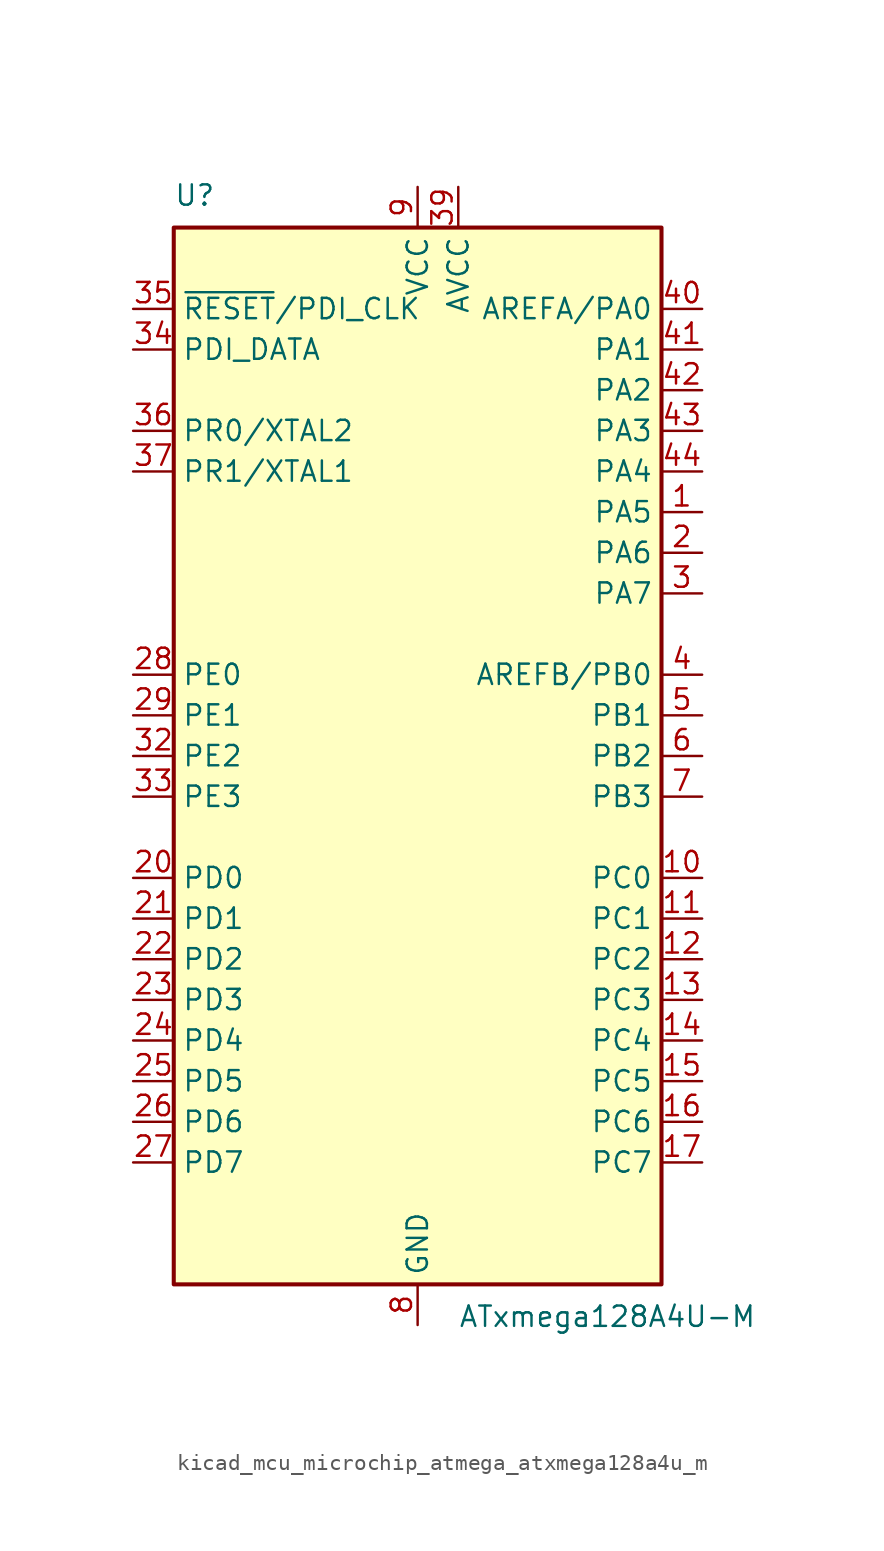
<source format=kicad_sym>
(kicad_symbol_lib
  (version 20220914)
  (generator kicad_symbol_editor)
  (symbol "kicad_mcu_microchip_atmega_atxmega128a4u_m"
    (property "Reference" "U"
      (at -15.24 34.29 0)
      (effects (font (size 1.27 1.27)) (justify left bottom)))
    (property "Value" "ATxmega128A4U-M"
      (at 2.54 -34.29 0)
      (effects (font (size 1.27 1.27)) (justify left top)))
    (symbol "kicad_mcu_microchip_atmega_atxmega128a4u_m_0_1"
      (rectangle (start -15.24 -33.02) (end 15.24 33.02) (stroke (width 0.254) (type default)) (fill (type background))))
    (symbol "kicad_mcu_microchip_atmega_atxmega128a4u_m_1_1"
      (pin bidirectional line (at 17.78 15.24 180) (length 2.54) (name "PA5" (effects (font (size 1.27 1.27)))) (number "1" (effects (font (size 1.27 1.27)))))
      (pin bidirectional line (at 17.78 -7.62 180) (length 2.54) (name "PC0" (effects (font (size 1.27 1.27)))) (number "10" (effects (font (size 1.27 1.27)))))
      (pin bidirectional line (at 17.78 -10.16 180) (length 2.54) (name "PC1" (effects (font (size 1.27 1.27)))) (number "11" (effects (font (size 1.27 1.27)))))
      (pin bidirectional line (at 17.78 -12.7 180) (length 2.54) (name "PC2" (effects (font (size 1.27 1.27)))) (number "12" (effects (font (size 1.27 1.27)))))
      (pin bidirectional line (at 17.78 -15.24 180) (length 2.54) (name "PC3" (effects (font (size 1.27 1.27)))) (number "13" (effects (font (size 1.27 1.27)))))
      (pin bidirectional line (at 17.78 -17.78 180) (length 2.54) (name "PC4" (effects (font (size 1.27 1.27)))) (number "14" (effects (font (size 1.27 1.27)))))
      (pin bidirectional line (at 17.78 -20.32 180) (length 2.54) (name "PC5" (effects (font (size 1.27 1.27)))) (number "15" (effects (font (size 1.27 1.27)))))
      (pin bidirectional line (at 17.78 -22.86 180) (length 2.54) (name "PC6" (effects (font (size 1.27 1.27)))) (number "16" (effects (font (size 1.27 1.27)))))
      (pin bidirectional line (at 17.78 -25.4 180) (length 2.54) (name "PC7" (effects (font (size 1.27 1.27)))) (number "17" (effects (font (size 1.27 1.27)))))
      (pin passive line (at 0 -35.56 90) (length 2.54) hide (name "GND" (effects (font (size 1.27 1.27)))) (number "18" (effects (font (size 1.27 1.27)))))
      (pin passive line (at 0 35.56 270) (length 2.54) hide (name "VCC" (effects (font (size 1.27 1.27)))) (number "19" (effects (font (size 1.27 1.27)))))
      (pin bidirectional line (at 17.78 12.7 180) (length 2.54) (name "PA6" (effects (font (size 1.27 1.27)))) (number "2" (effects (font (size 1.27 1.27)))))
      (pin bidirectional line (at -17.78 -7.62 0) (length 2.54) (name "PD0" (effects (font (size 1.27 1.27)))) (number "20" (effects (font (size 1.27 1.27)))))
      (pin bidirectional line (at -17.78 -10.16 0) (length 2.54) (name "PD1" (effects (font (size 1.27 1.27)))) (number "21" (effects (font (size 1.27 1.27)))))
      (pin bidirectional line (at -17.78 -12.7 0) (length 2.54) (name "PD2" (effects (font (size 1.27 1.27)))) (number "22" (effects (font (size 1.27 1.27)))))
      (pin bidirectional line (at -17.78 -15.24 0) (length 2.54) (name "PD3" (effects (font (size 1.27 1.27)))) (number "23" (effects (font (size 1.27 1.27)))))
      (pin bidirectional line (at -17.78 -17.78 0) (length 2.54) (name "PD4" (effects (font (size 1.27 1.27)))) (number "24" (effects (font (size 1.27 1.27)))))
      (pin bidirectional line (at -17.78 -20.32 0) (length 2.54) (name "PD5" (effects (font (size 1.27 1.27)))) (number "25" (effects (font (size 1.27 1.27)))))
      (pin bidirectional line (at -17.78 -22.86 0) (length 2.54) (name "PD6" (effects (font (size 1.27 1.27)))) (number "26" (effects (font (size 1.27 1.27)))))
      (pin bidirectional line (at -17.78 -25.4 0) (length 2.54) (name "PD7" (effects (font (size 1.27 1.27)))) (number "27" (effects (font (size 1.27 1.27)))))
      (pin bidirectional line (at -17.78 5.08 0) (length 2.54) (name "PE0" (effects (font (size 1.27 1.27)))) (number "28" (effects (font (size 1.27 1.27)))))
      (pin bidirectional line (at -17.78 2.54 0) (length 2.54) (name "PE1" (effects (font (size 1.27 1.27)))) (number "29" (effects (font (size 1.27 1.27)))))
      (pin bidirectional line (at 17.78 10.16 180) (length 2.54) (name "PA7" (effects (font (size 1.27 1.27)))) (number "3" (effects (font (size 1.27 1.27)))))
      (pin passive line (at 0 -35.56 90) (length 2.54) hide (name "GND" (effects (font (size 1.27 1.27)))) (number "30" (effects (font (size 1.27 1.27)))))
      (pin passive line (at 0 35.56 270) (length 2.54) hide (name "VCC" (effects (font (size 1.27 1.27)))) (number "31" (effects (font (size 1.27 1.27)))))
      (pin bidirectional line (at -17.78 0 0) (length 2.54) (name "PE2" (effects (font (size 1.27 1.27)))) (number "32" (effects (font (size 1.27 1.27)))))
      (pin bidirectional line (at -17.78 -2.54 0) (length 2.54) (name "PE3" (effects (font (size 1.27 1.27)))) (number "33" (effects (font (size 1.27 1.27)))))
      (pin bidirectional line (at -17.78 25.4 0) (length 2.54) (name "PDI_DATA" (effects (font (size 1.27 1.27)))) (number "34" (effects (font (size 1.27 1.27)))))
      (pin input line (at -17.78 27.94 0) (length 2.54) (name "~{RESET}/PDI_CLK" (effects (font (size 1.27 1.27)))) (number "35" (effects (font (size 1.27 1.27)))))
      (pin bidirectional line (at -17.78 20.32 0) (length 2.54) (name "PR0/XTAL2" (effects (font (size 1.27 1.27)))) (number "36" (effects (font (size 1.27 1.27)))))
      (pin bidirectional line (at -17.78 17.78 0) (length 2.54) (name "PR1/XTAL1" (effects (font (size 1.27 1.27)))) (number "37" (effects (font (size 1.27 1.27)))))
      (pin passive line (at 0 -35.56 90) (length 2.54) hide (name "GND" (effects (font (size 1.27 1.27)))) (number "38" (effects (font (size 1.27 1.27)))))
      (pin power_in line (at 2.54 35.56 270) (length 2.54) (name "AVCC" (effects (font (size 1.27 1.27)))) (number "39" (effects (font (size 1.27 1.27)))))
      (pin bidirectional line (at 17.78 5.08 180) (length 2.54) (name "AREFB/PB0" (effects (font (size 1.27 1.27)))) (number "4" (effects (font (size 1.27 1.27)))))
      (pin bidirectional line (at 17.78 27.94 180) (length 2.54) (name "AREFA/PA0" (effects (font (size 1.27 1.27)))) (number "40" (effects (font (size 1.27 1.27)))))
      (pin bidirectional line (at 17.78 25.4 180) (length 2.54) (name "PA1" (effects (font (size 1.27 1.27)))) (number "41" (effects (font (size 1.27 1.27)))))
      (pin bidirectional line (at 17.78 22.86 180) (length 2.54) (name "PA2" (effects (font (size 1.27 1.27)))) (number "42" (effects (font (size 1.27 1.27)))))
      (pin bidirectional line (at 17.78 20.32 180) (length 2.54) (name "PA3" (effects (font (size 1.27 1.27)))) (number "43" (effects (font (size 1.27 1.27)))))
      (pin bidirectional line (at 17.78 17.78 180) (length 2.54) (name "PA4" (effects (font (size 1.27 1.27)))) (number "44" (effects (font (size 1.27 1.27)))))
      (pin passive line (at 0 -35.56 90) (length 2.54) hide (name "GND" (effects (font (size 1.27 1.27)))) (number "45" (effects (font (size 1.27 1.27)))))
      (pin bidirectional line (at 17.78 2.54 180) (length 2.54) (name "PB1" (effects (font (size 1.27 1.27)))) (number "5" (effects (font (size 1.27 1.27)))))
      (pin bidirectional line (at 17.78 0 180) (length 2.54) (name "PB2" (effects (font (size 1.27 1.27)))) (number "6" (effects (font (size 1.27 1.27)))))
      (pin bidirectional line (at 17.78 -2.54 180) (length 2.54) (name "PB3" (effects (font (size 1.27 1.27)))) (number "7" (effects (font (size 1.27 1.27)))))
      (pin power_in line (at 0 -35.56 90) (length 2.54) (name "GND" (effects (font (size 1.27 1.27)))) (number "8" (effects (font (size 1.27 1.27)))))
      (pin power_in line (at 0 35.56 270) (length 2.54) (name "VCC" (effects (font (size 1.27 1.27)))) (number "9" (effects (font (size 1.27 1.27))))))))
</source>
